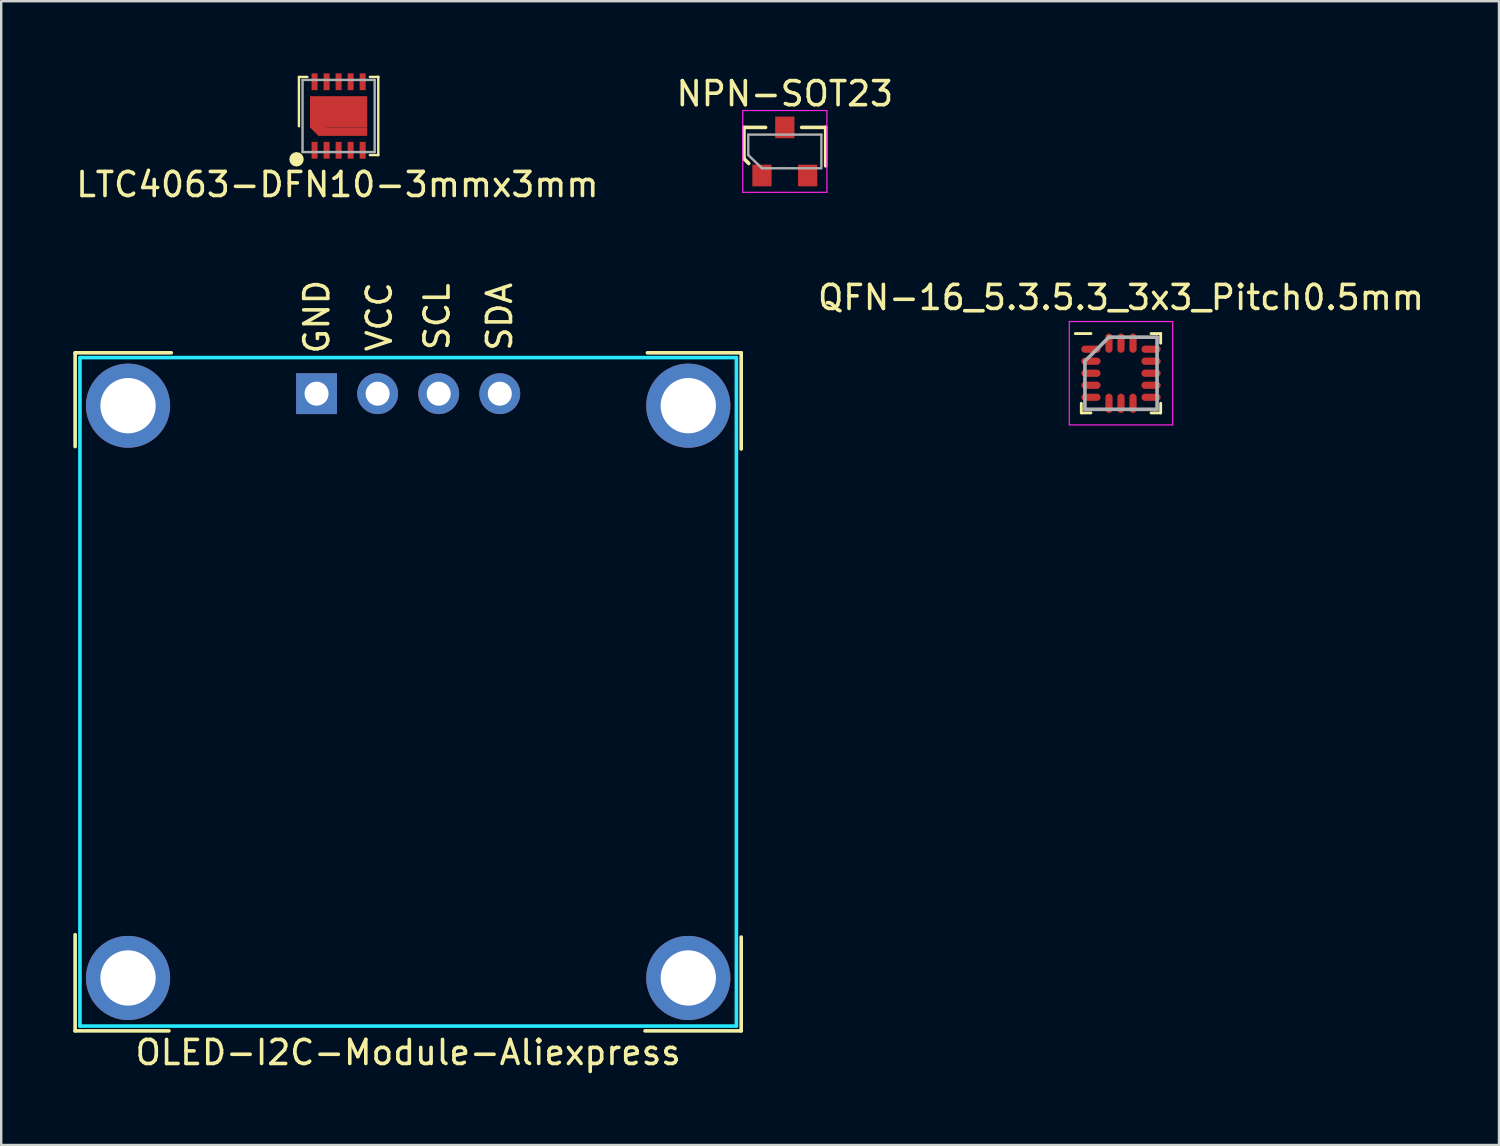
<source format=kicad_pcb>
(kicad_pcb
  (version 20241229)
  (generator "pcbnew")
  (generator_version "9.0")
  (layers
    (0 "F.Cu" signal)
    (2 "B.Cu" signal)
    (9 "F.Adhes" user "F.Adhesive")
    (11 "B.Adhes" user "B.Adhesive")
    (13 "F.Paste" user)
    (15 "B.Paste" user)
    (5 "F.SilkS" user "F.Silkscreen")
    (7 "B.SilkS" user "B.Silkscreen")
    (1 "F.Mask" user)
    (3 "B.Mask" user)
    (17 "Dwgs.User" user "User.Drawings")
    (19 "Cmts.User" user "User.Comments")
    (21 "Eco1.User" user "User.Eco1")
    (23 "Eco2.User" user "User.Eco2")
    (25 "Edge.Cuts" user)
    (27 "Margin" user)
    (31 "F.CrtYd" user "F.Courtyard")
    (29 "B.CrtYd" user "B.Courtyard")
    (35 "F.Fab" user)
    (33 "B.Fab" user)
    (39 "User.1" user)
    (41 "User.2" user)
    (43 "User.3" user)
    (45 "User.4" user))
  (footprint "QFN-16_5.3.5.3_3x3_Pitch0.5mm"
    (layer "F.Cu")
    (at 43.57 12.472)
    (property "Reference" "QFN-16_5.3.5.3_3x3_Pitch0.5mm" (at 0 -3.15 0) (layer "F.SilkS") (effects (font (size 1 1) (thickness 0.15))))
    (attr smd)
    (fp_line (start -1.65 1.65) (end -1.65 1.25) (stroke (width 0.12) (type solid)) (layer "F.SilkS"))
    (fp_line (start -1.25 -1.65) (end -1.9 -1.65) (stroke (width 0.12) (type solid)) (layer "F.SilkS"))
    (fp_line (start -1.25 1.65) (end -1.65 1.65) (stroke (width 0.12) (type solid)) (layer "F.SilkS"))
    (fp_line (start 1.25 -1.65) (end 1.65 -1.65) (stroke (width 0.12) (type solid)) (layer "F.SilkS"))
    (fp_line (start 1.25 1.65) (end 1.65 1.65) (stroke (width 0.12) (type solid)) (layer "F.SilkS"))
    (fp_line (start 1.65 -1.65) (end 1.65 -1.25) (stroke (width 0.12) (type solid)) (layer "F.SilkS"))
    (fp_line (start 1.65 1.65) (end 1.65 1.25) (stroke (width 0.12) (type solid)) (layer "F.SilkS"))
    (fp_line (start -2.15 -2.15) (end 2.15 -2.15) (stroke (width 0.05) (type solid)) (layer "F.CrtYd"))
    (fp_line (start -2.15 2.15) (end -2.15 -2.15) (stroke (width 0.05) (type solid)) (layer "F.CrtYd"))
    (fp_line (start 2.15 -2.15) (end 2.15 2.15) (stroke (width 0.05) (type solid)) (layer "F.CrtYd"))
    (fp_line (start 2.15 2.15) (end -2.15 2.15) (stroke (width 0.05) (type solid)) (layer "F.CrtYd"))
    (fp_line (start -1.5 -0.5) (end -1.5 1.5) (stroke (width 0.15) (type solid)) (layer "F.Fab"))
    (fp_line (start -1.5 1.5) (end 1.5 1.5) (stroke (width 0.15) (type solid)) (layer "F.Fab"))
    (fp_line (start -0.5 -1.5) (end -1.5 -0.5) (stroke (width 0.15) (type solid)) (layer "F.Fab"))
    (fp_line (start 1.5 -1.5) (end -0.5 -1.5) (stroke (width 0.15) (type solid)) (layer "F.Fab"))
    (fp_line (start 1.5 1.5) (end 1.5 -1.5) (stroke (width 0.15) (type solid)) (layer "F.Fab"))
    (pad "1" smd oval (at -1.25 -1 90) (size 0.3 0.8) (layers "F.Cu" "F.Mask" "F.Paste"))
    (pad "2" smd oval (at -1.25 -0.5 90) (size 0.3 0.8) (layers "F.Cu" "F.Mask" "F.Paste"))
    (pad "3" smd oval (at -1.25 0 90) (size 0.3 0.8) (layers "F.Cu" "F.Mask" "F.Paste"))
    (pad "4" smd oval (at -1.25 0.5 90) (size 0.3 0.8) (layers "F.Cu" "F.Mask" "F.Paste"))
    (pad "5" smd oval (at -1.25 1 270) (size 0.3 0.8) (layers "F.Cu" "F.Mask" "F.Paste"))
    (pad "6" smd oval (at -0.5 1.25) (size 0.3 0.8) (layers "F.Cu" "F.Mask" "F.Paste"))
    (pad "7" smd oval (at 0 1.25) (size 0.3 0.8) (layers "F.Cu" "F.Mask" "F.Paste"))
    (pad "8" smd oval (at 0.5 1.25) (size 0.3 0.8) (layers "F.Cu" "F.Mask" "F.Paste"))
    (pad "9" smd oval (at 1.25 1 90) (size 0.3 0.8) (layers "F.Cu" "F.Mask" "F.Paste"))
    (pad "10" smd oval (at 1.25 0.5 90) (size 0.3 0.8) (layers "F.Cu" "F.Mask" "F.Paste"))
    (pad "11" smd oval (at 1.25 0 90) (size 0.3 0.8) (layers "F.Cu" "F.Mask" "F.Paste"))
    (pad "12" smd oval (at 1.25 -0.5 90) (size 0.3 0.8) (layers "F.Cu" "F.Mask" "F.Paste"))
    (pad "13" smd oval (at 1.25 -1 90) (size 0.3 0.8) (layers "F.Cu" "F.Mask" "F.Paste"))
    (pad "14" smd oval (at 0.5 -1.25) (size 0.3 0.8) (layers "F.Cu" "F.Mask" "F.Paste"))
    (pad "15" smd oval (at 0 -1.25) (size 0.3 0.8) (layers "F.Cu" "F.Mask" "F.Paste"))
    (pad "16" smd oval (at -0.5 -1.25) (size 0.3 0.8) (layers "F.Cu" "F.Mask" "F.Paste")))
  (footprint "LTC4063-DFN10-3mmx3mm"
    (layer "F.Cu")
    (at 11.032 1.775)
    (property "Reference" "LTC4063-DFN10-3mmx3mm" (at -0.05 2.85 0) (layer "F.SilkS") (effects (font (size 1 1) (thickness 0.15))))
    (attr through_hole)
    (fp_line (start -1.65 -1.625) (end -1.65 0.425) (stroke (width 0.1) (type solid)) (layer "F.SilkS"))
    (fp_line (start -1.65 -1.625) (end -1.3 -1.625) (stroke (width 0.1) (type solid)) (layer "F.SilkS"))
    (fp_line (start 1.3 -1.625) (end 1.65 -1.625) (stroke (width 0.1) (type solid)) (layer "F.SilkS"))
    (fp_line (start 1.3 1.625) (end 1.65 1.625) (stroke (width 0.1) (type solid)) (layer "F.SilkS"))
    (fp_line (start 1.65 -1.625) (end 1.6 -1.625) (stroke (width 0.1) (type solid)) (layer "F.SilkS"))
    (fp_line (start 1.65 -1.625) (end 1.65 1.625) (stroke (width 0.1) (type solid)) (layer "F.SilkS"))
    (fp_circle (center -1.75 1.8) (end -1.6 1.8) (stroke (width 0.3) (type solid)) (fill no) (layer "F.SilkS"))
    (fp_line (start -1.5 -1.5) (end 1.5 -1.5) (stroke (width 0.1) (type solid)) (layer "F.Fab"))
    (fp_line (start -1.5 1.5) (end -1.5 -1.5) (stroke (width 0.1) (type solid)) (layer "F.Fab"))
    (fp_line (start -1.5 1.5) (end 1.5 1.5) (stroke (width 0.1) (type solid)) (layer "F.Fab"))
    (fp_line (start 1.5 1.5) (end 1.5 -1.5) (stroke (width 0.1) (type solid)) (layer "F.Fab"))
    (pad "1" smd rect (at -1 1.425) (size 0.25 0.7) (layers "F.Cu" "F.Mask" "F.Paste"))
    (pad "2" smd rect (at -0.5 1.425) (size 0.25 0.7) (layers "F.Cu" "F.Mask" "F.Paste"))
    (pad "3" smd rect (at 0 1.425) (size 0.25 0.7) (layers "F.Cu" "F.Mask" "F.Paste"))
    (pad "4" smd rect (at 0.5 1.425) (size 0.25 0.7) (layers "F.Cu" "F.Mask" "F.Paste"))
    (pad "5" smd rect (at 1 1.425) (size 0.25 0.7) (layers "F.Cu" "F.Mask" "F.Paste"))
    (pad "6" smd rect (at 1 -1.425) (size 0.25 0.7) (layers "F.Cu" "F.Mask" "F.Paste"))
    (pad "7" smd rect (at 0.5 -1.425) (size 0.25 0.7) (layers "F.Cu" "F.Mask" "F.Paste"))
    (pad "8" smd rect (at 0 -1.425) (size 0.25 0.7) (layers "F.Cu" "F.Mask" "F.Paste"))
    (pad "9" smd rect (at -0.5 -1.425) (size 0.25 0.7) (layers "F.Cu" "F.Mask" "F.Paste"))
    (pad "10" smd rect (at -1 -1.425) (size 0.25 0.7) (layers "F.Cu" "F.Mask" "F.Paste"))
    (pad "11" smd rect (at -0.84 0.475 45) (size 0.494 0.494) (layers "F.Cu" "F.Mask" "F.Paste"))
    (pad "11" smd rect (at 0 -0.175) (size 2.38 1.3) (layers "F.Cu" "F.Mask" "F.Paste"))
    (pad "11" smd rect (at 0.175 0.65) (size 2.03 0.35) (layers "F.Cu" "F.Mask" "F.Paste")))
  (footprint "OLED-I2C-Module-Aliexpress"
    (layer "F.Cu")
    (at 13.925 25.722)
    (property "Reference" "OLED-I2C-Module-Aliexpress" (at 0 15 0) (layer "F.SilkS") (effects (font (size 1 1) (thickness 0.15))))
    (attr through_hole)
    (fp_line (start -13.85 -14.1) (end -9.85 -14.1) (stroke (width 0.15) (type solid)) (layer "F.SilkS"))
    (fp_line (start -13.85 -10.2) (end -13.85 -14.1) (stroke (width 0.15) (type solid)) (layer "F.SilkS"))
    (fp_line (start -13.85 14.1) (end -13.85 10.1) (stroke (width 0.15) (type solid)) (layer "F.SilkS"))
    (fp_line (start -9.95 14.1) (end -13.85 14.1) (stroke (width 0.15) (type solid)) (layer "F.SilkS"))
    (fp_line (start 9.95 -14.1) (end 13.85 -14.1) (stroke (width 0.15) (type solid)) (layer "F.SilkS"))
    (fp_line (start 13.85 -14.1) (end 13.85 -10.1) (stroke (width 0.15) (type solid)) (layer "F.SilkS"))
    (fp_line (start 13.85 10.2) (end 13.85 14.1) (stroke (width 0.15) (type solid)) (layer "F.SilkS"))
    (fp_line (start 13.85 14.1) (end 9.85 14.1) (stroke (width 0.15) (type solid)) (layer "F.SilkS"))
    (fp_line (start -13.65 -13.9) (end -13.65 13.9) (stroke (width 0.15) (type solid)) (layer "B.CrtYd"))
    (fp_line (start -13.65 13.9) (end 13.65 13.9) (stroke (width 0.15) (type solid)) (layer "B.CrtYd"))
    (fp_line (start 13.65 -13.9) (end -13.65 -13.9) (stroke (width 0.15) (type solid)) (layer "B.CrtYd"))
    (fp_line (start 13.65 -13.9) (end 13.65 13.9) (stroke (width 0.15) (type solid)) (layer "B.CrtYd"))
    (fp_text user "VCC" (at -1.2 -15.6 90) (layer "F.SilkS") (effects (font (size 1 1) (thickness 0.15))))
    (fp_text user "SCL" (at 1.2 -15.6 90) (layer "F.SilkS") (effects (font (size 1 1) (thickness 0.15))))
    (fp_text user "GND" (at -3.8 -15.6 90) (layer "F.SilkS") (effects (font (size 1 1) (thickness 0.15))))
    (fp_text user "SDA" (at 3.8 -15.6 90) (layer "F.SilkS") (effects (font (size 1 1) (thickness 0.15))))
    (pad "" thru_hole circle (at -11.65 -11.9) (size 3.5 3.5) (drill 2.3) (layers "*.Cu" "*.Mask"))
    (pad "" thru_hole circle (at -11.65 11.9) (size 3.5 3.5) (drill 2.3) (layers "*.Cu" "*.Mask"))
    (pad "" thru_hole circle (at 11.65 -11.9) (size 3.5 3.5) (drill 2.3) (layers "*.Cu" "*.Mask"))
    (pad "" thru_hole circle (at 11.65 11.9) (size 3.5 3.5) (drill 2.3) (layers "*.Cu" "*.Mask"))
    (pad "1" thru_hole rect (at -3.81 -12.4) (size 1.7 1.7) (drill 1) (layers "*.Cu" "*.Mask"))
    (pad "2" thru_hole circle (at -1.27 -12.4) (size 1.7 1.7) (drill 1) (layers "*.Cu" "*.Mask"))
    (pad "3" thru_hole circle (at 1.27 -12.4) (size 1.7 1.7) (drill 1) (layers "*.Cu" "*.Mask"))
    (pad "4" thru_hole circle (at 3.81 -12.4) (size 1.7 1.7) (drill 1) (layers "*.Cu" "*.Mask")))
  (footprint "NPN-SOT23"
    (layer "F.Cu")
    (at 29.589 2.248)
    (property "Reference" "NPN-SOT23" (at 0 -1.4 0) (layer "F.SilkS") (effects (font (size 1 1) (thickness 0.15))))
    (attr through_hole)
    (fp_line (start -1.7 0) (end -0.8 0) (stroke (width 0.15) (type solid)) (layer "F.SilkS"))
    (fp_line (start -1.7 1.3) (end -1.7 0) (stroke (width 0.15) (type solid)) (layer "F.SilkS"))
    (fp_line (start -1.7 1.3) (end -1.5 1.5) (stroke (width 0.15) (type solid)) (layer "F.SilkS"))
    (fp_line (start 1.7 0) (end 0.7 0) (stroke (width 0.15) (type solid)) (layer "F.SilkS"))
    (fp_line (start 1.7 0) (end 1.7 1.6) (stroke (width 0.15) (type solid)) (layer "F.SilkS"))
    (fp_line (start -1.75 -0.7) (end 1.75 -0.7) (stroke (width 0.05) (type solid)) (layer "F.CrtYd"))
    (fp_line (start -1.75 2.7) (end -1.75 -0.7) (stroke (width 0.05) (type solid)) (layer "F.CrtYd"))
    (fp_line (start 1.75 -0.7) (end 1.75 2.7) (stroke (width 0.05) (type solid)) (layer "F.CrtYd"))
    (fp_line (start 1.75 2.7) (end -1.75 2.7) (stroke (width 0.05) (type solid)) (layer "F.CrtYd"))
    (fp_line (start -1.52 0.3) (end 1.52 0.3) (stroke (width 0.1) (type solid)) (layer "F.Fab"))
    (fp_line (start -1.52 1.15) (end -1.52 0.3) (stroke (width 0.1) (type solid)) (layer "F.Fab"))
    (fp_line (start -0.95 1.7) (end -1.52 1.15) (stroke (width 0.1) (type solid)) (layer "F.Fab"))
    (fp_line (start -0.95 1.7) (end 1.5 1.7) (stroke (width 0.1) (type solid)) (layer "F.Fab"))
    (fp_line (start 1.52 1.7) (end 1.52 0.3) (stroke (width 0.1) (type solid)) (layer "F.Fab"))
    (pad "1" smd rect (at -0.95 2) (size 0.8 0.9) (layers "F.Cu" "F.Mask" "F.Paste"))
    (pad "2" smd rect (at 0 0) (size 0.8 0.9) (layers "F.Cu" "F.Mask" "F.Paste"))
    (pad "3" smd rect (at 0.95 2) (size 0.8 0.9) (layers "F.Cu" "F.Mask" "F.Paste")))
  (gr_rect
    (start -3 -3)
    (end 59.29 44.57)
    (stroke (width 0.1) (type default))
    (fill no)
    (layer "Edge.Cuts")))
</source>
